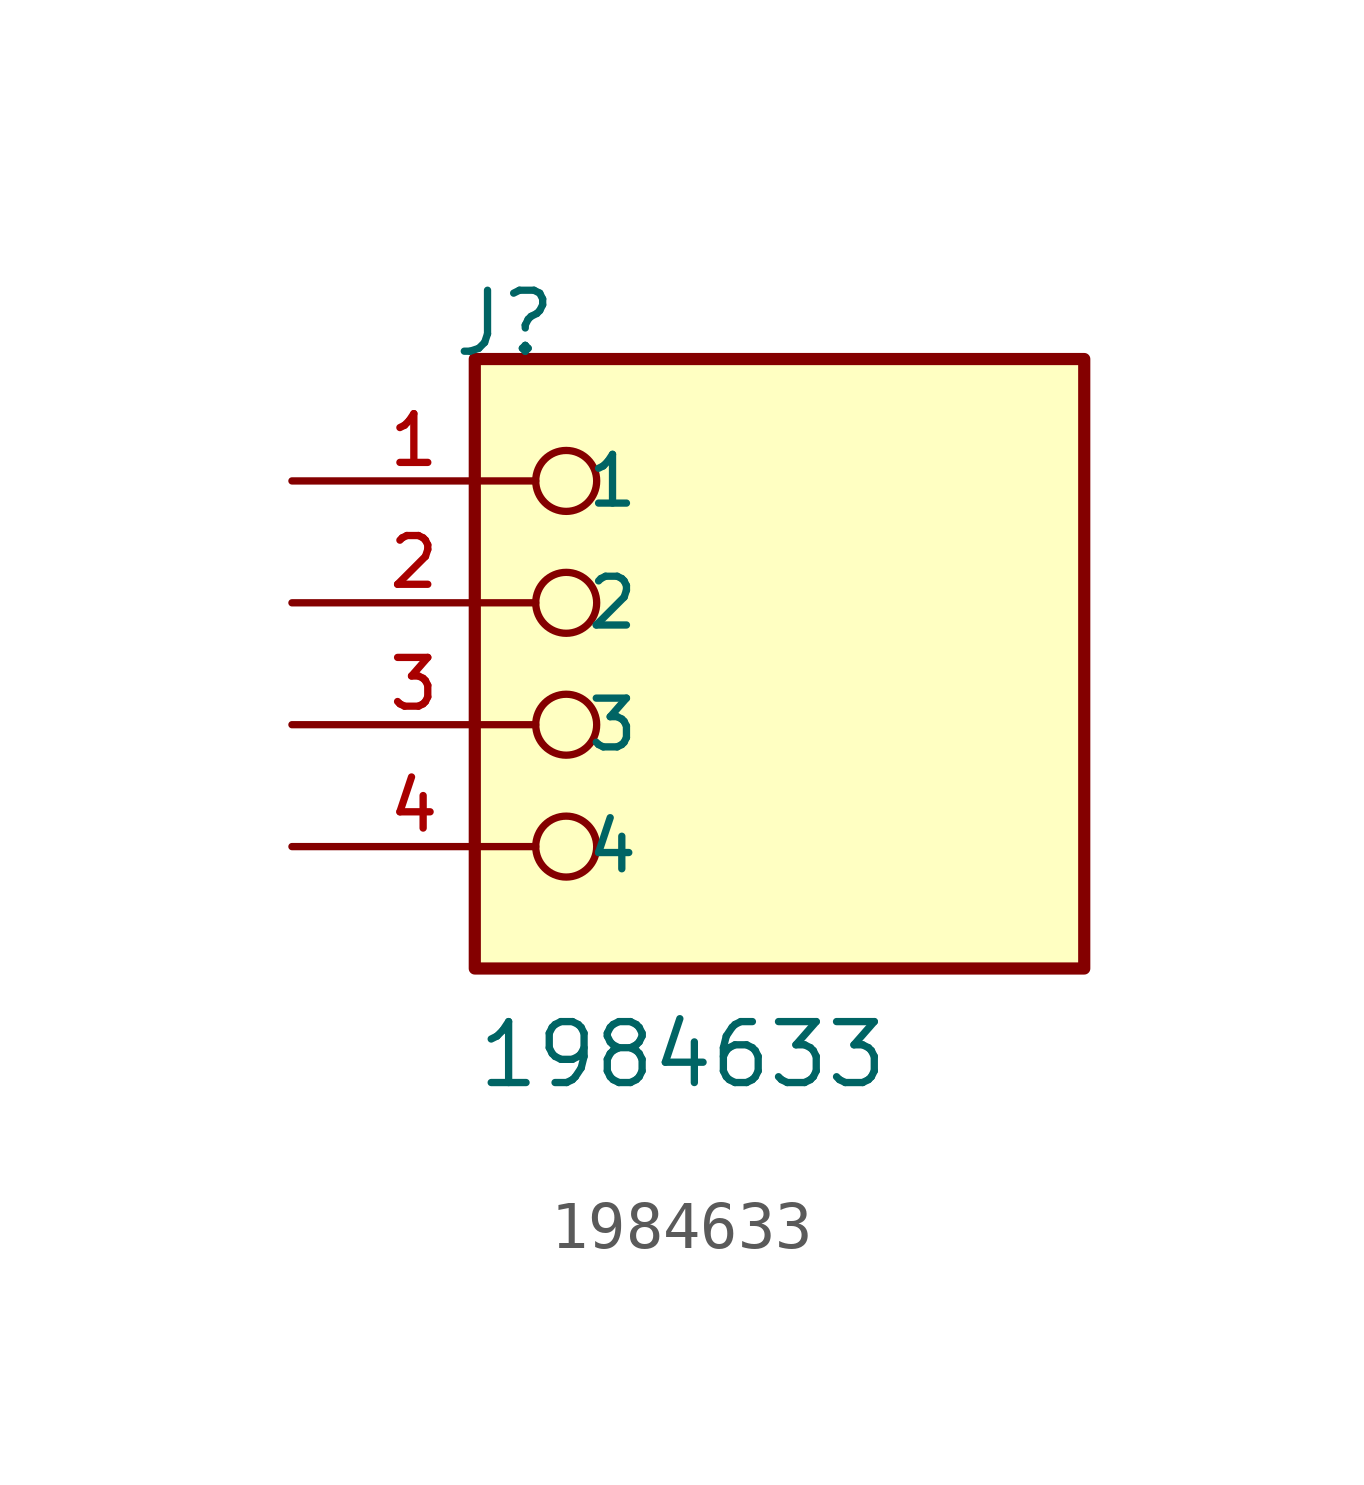
<source format=kicad_sym>
(kicad_symbol_lib
  (version 20211014)
  (generator kicad_symbol_editor)
  (symbol "1984633"
    (pin_names
      (offset 1.016))
    (property "Reference" "J"
      (at -6.85 7.62 0)
      (effects (font (size 1.27 1.27)) (justify bottom left)))
    (property "Value" "1984633"
      (at -6.35 -7.62 0)
      (effects (font (size 1.27 1.27)) (justify bottom left)))
    (symbol "1984633_0_0"
      (circle (center -4.445 5.08) (radius 0.635) (stroke (width 0.152)) (fill (type none)))
      (circle (center -4.445 2.54) (radius 0.635) (stroke (width 0.152)) (fill (type none)))
      (circle (center -4.445 0.0) (radius 0.635) (stroke (width 0.152)) (fill (type none)))
      (circle (center -4.445 -2.54) (radius 0.635) (stroke (width 0.152)) (fill (type none)))
      (rectangle (start -6.35 -5.08) (end 6.35 7.62) (stroke (width 0.254)) (fill (type background)))
      (pin passive line (at -10.16 5.08 0) (length 5.08) (name "1" (effects (font (size 1.016 1.016)))) (number "1" (effects (font (size 1.016 1.016)))))
      (pin passive line (at -10.16 2.54 0) (length 5.08) (name "2" (effects (font (size 1.016 1.016)))) (number "2" (effects (font (size 1.016 1.016)))))
      (pin passive line (at -10.16 0.0 0) (length 5.08) (name "3" (effects (font (size 1.016 1.016)))) (number "3" (effects (font (size 1.016 1.016)))))
      (pin passive line (at -10.16 -2.54 0) (length 5.08) (name "4" (effects (font (size 1.016 1.016)))) (number "4" (effects (font (size 1.016 1.016))))))))
</source>
